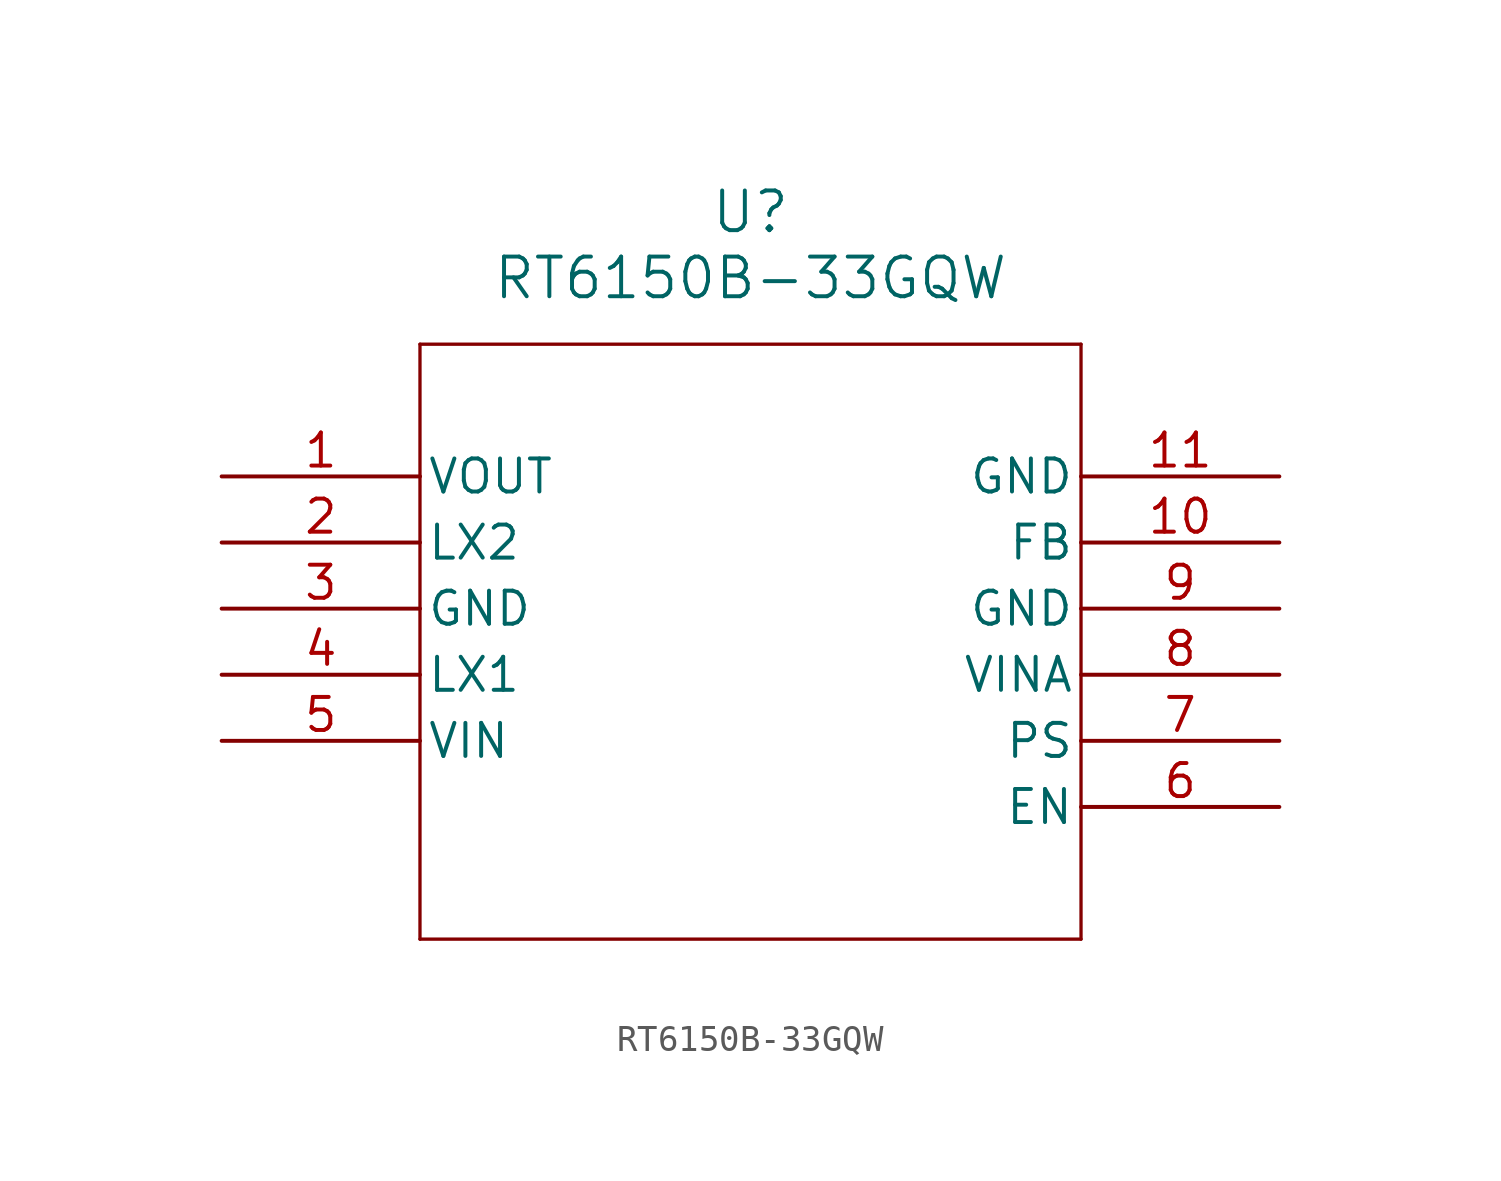
<source format=kicad_sym>
(kicad_symbol_lib
  (version 20211014)
  (generator kicad_symbol_editor)
  (symbol "RT6150B-33GQW"
    (pin_names
      (offset 0.254))
    (property "Reference" "U"
      (at 20.32 10.16 0)
      (effects (font (size 1.524 1.524))))
    (property "Value" "RT6150B-33GQW"
      (at 20.32 7.62 0)
      (effects (font (size 1.524 1.524))))
    (symbol "RT6150B-33GQW_0_1"
      (polyline (pts (xy 7.62 5.08) (xy 7.62 -17.78)) (stroke (width 0.127) (type default) (color 0 0 0 0)) (fill (type none)))
      (polyline (pts (xy 7.62 -17.78) (xy 33.02 -17.78)) (stroke (width 0.127) (type default) (color 0 0 0 0)) (fill (type none)))
      (polyline (pts (xy 33.02 -17.78) (xy 33.02 5.08)) (stroke (width 0.127) (type default) (color 0 0 0 0)) (fill (type none)))
      (polyline (pts (xy 33.02 5.08) (xy 7.62 5.08)) (stroke (width 0.127) (type default) (color 0 0 0 0)) (fill (type none)))
      (pin output line (at 0 0 0) (length 7.62) (name "VOUT" (effects (font (size 1.27 1.27)))) (number "1" (effects (font (size 1.27 1.27)))))
      (pin unspecified line (at 0 -2.54 0) (length 7.62) (name "LX2" (effects (font (size 1.27 1.27)))) (number "2" (effects (font (size 1.27 1.27)))))
      (pin power_out line (at 0 -5.08 0) (length 7.62) (name "GND" (effects (font (size 1.27 1.27)))) (number "3" (effects (font (size 1.27 1.27)))))
      (pin unspecified line (at 0 -7.62 0) (length 7.62) (name "LX1" (effects (font (size 1.27 1.27)))) (number "4" (effects (font (size 1.27 1.27)))))
      (pin power_in line (at 0 -10.16 0) (length 7.62) (name "VIN" (effects (font (size 1.27 1.27)))) (number "5" (effects (font (size 1.27 1.27)))))
      (pin input line (at 40.64 -12.7 180) (length 7.62) (name "EN" (effects (font (size 1.27 1.27)))) (number "6" (effects (font (size 1.27 1.27)))))
      (pin input line (at 40.64 -10.16 180) (length 7.62) (name "PS" (effects (font (size 1.27 1.27)))) (number "7" (effects (font (size 1.27 1.27)))))
      (pin input line (at 40.64 -7.62 180) (length 7.62) (name "VINA" (effects (font (size 1.27 1.27)))) (number "8" (effects (font (size 1.27 1.27)))))
      (pin power_out line (at 40.64 -5.08 180) (length 7.62) (name "GND" (effects (font (size 1.27 1.27)))) (number "9" (effects (font (size 1.27 1.27)))))
      (pin input line (at 40.64 -2.54 180) (length 7.62) (name "FB" (effects (font (size 1.27 1.27)))) (number "10" (effects (font (size 1.27 1.27)))))
      (pin power_out line (at 40.64 0 180) (length 7.62) (name "GND" (effects (font (size 1.27 1.27)))) (number "11" (effects (font (size 1.27 1.27))))))))
</source>
